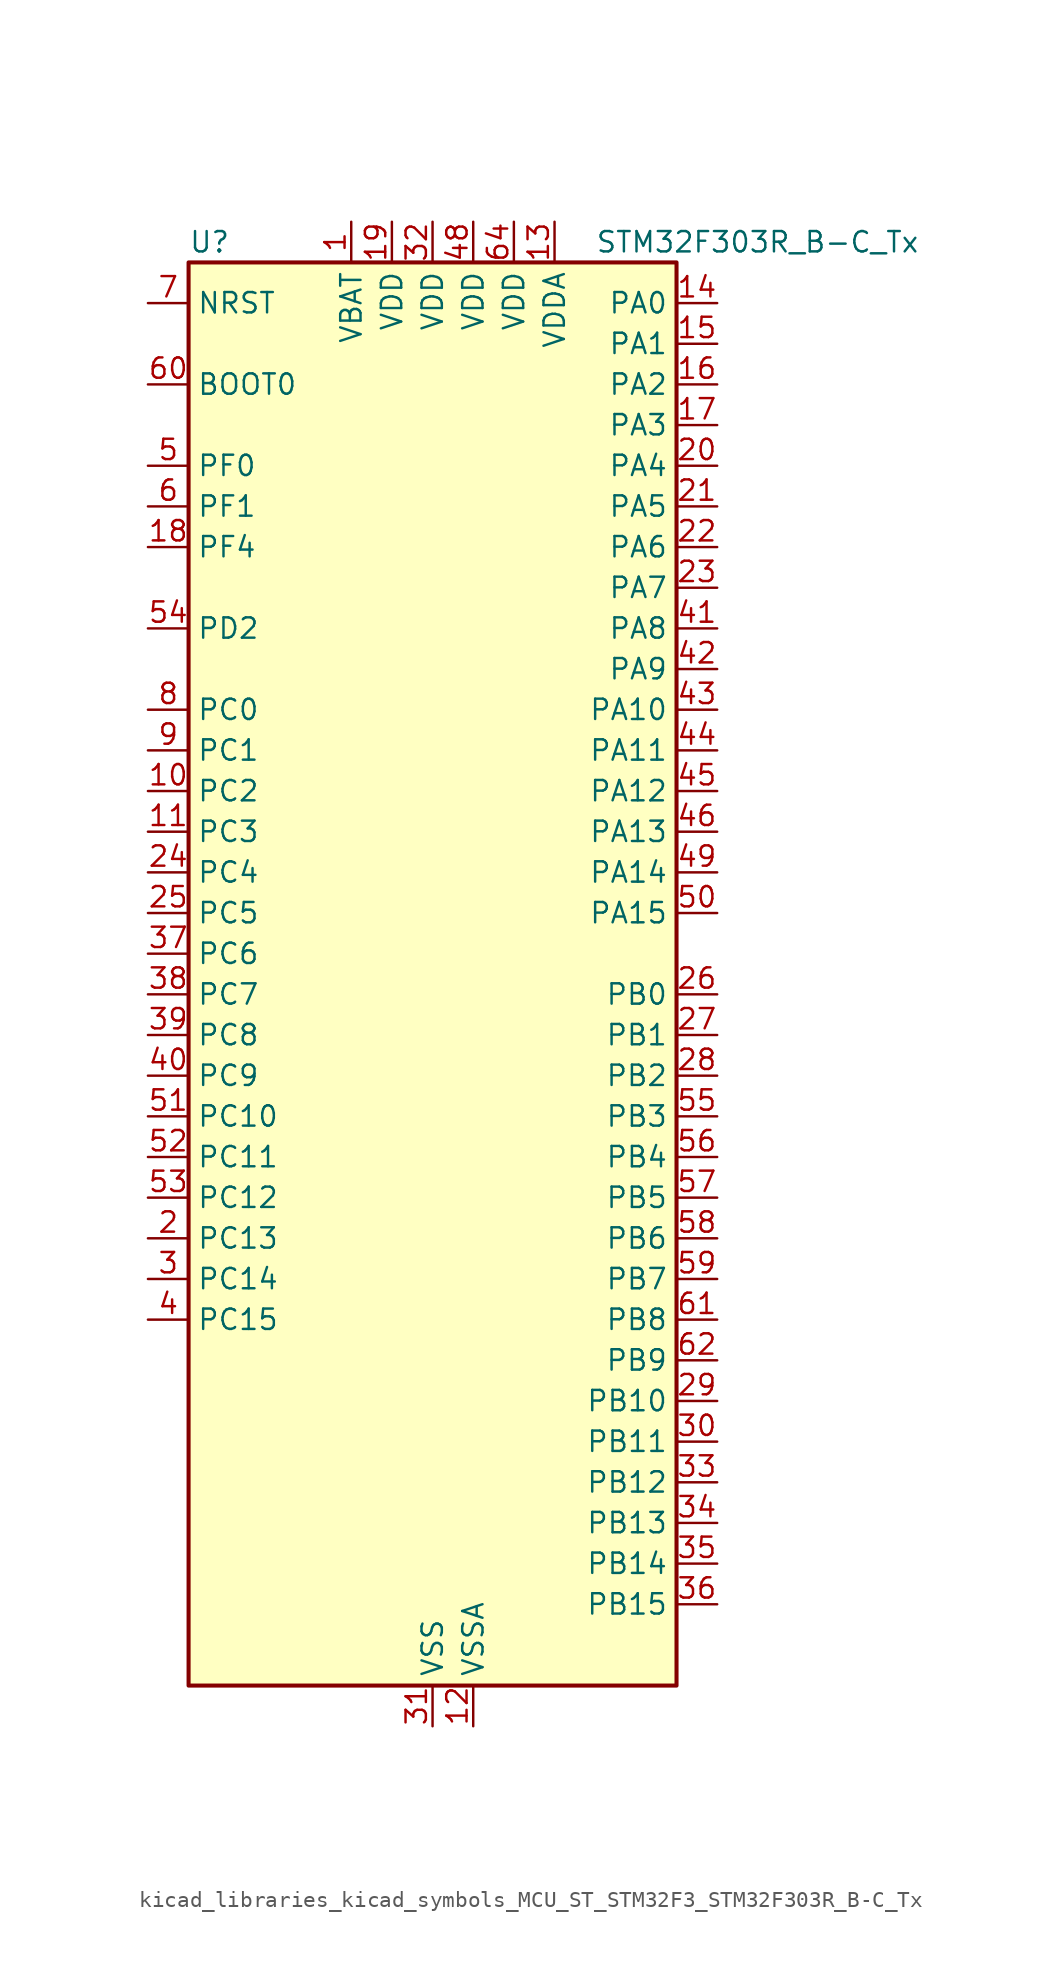
<source format=kicad_sym>
(kicad_symbol_lib
  (version 20220914)
  (generator kicad_symbol_editor)
  (symbol "kicad_libraries_kicad_symbols_MCU_ST_STM32F3_STM32F303R_B-C_Tx"
    (property "Reference" "U"
      (at -15.24 46.99 0)
      (effects (font (size 1.27 1.27)) (justify left)))
    (property "Value" "STM32F303R_B-C_Tx"
      (at 10.16 46.99 0)
      (effects (font (size 1.27 1.27)) (justify left)))
    (property "ki_locked" ""
      (at 0 0 0)
      (effects (font (size 1.27 1.27))))
    (symbol "kicad_libraries_kicad_symbols_MCU_ST_STM32F3_STM32F303R_B-C_Tx_0_1"
      (rectangle (start -15.24 -43.18) (end 15.24 45.72) (stroke (width 0.254) (type default)) (fill (type background))))
    (symbol "kicad_libraries_kicad_symbols_MCU_ST_STM32F3_STM32F303R_B-C_Tx_1_1"
      (pin power_in line (at -5.08 48.26 270) (length 2.54) (name "VBAT" (effects (font (size 1.27 1.27)))) (number "1" (effects (font (size 1.27 1.27)))))
      (pin bidirectional line (at -17.78 12.7 0) (length 2.54) (name "PC2" (effects (font (size 1.27 1.27)))) (number "10" (effects (font (size 1.27 1.27)))) (alternate "ADC1_IN8" bidirectional line) (alternate "ADC2_IN8" bidirectional line) (alternate "ADC3_EXTI2" bidirectional line) (alternate "ADC4_EXTI2" bidirectional line) (alternate "COMP7_OUT" bidirectional line))
      (pin bidirectional line (at -17.78 10.16 0) (length 2.54) (name "PC3" (effects (font (size 1.27 1.27)))) (number "11" (effects (font (size 1.27 1.27)))) (alternate "ADC1_IN9" bidirectional line) (alternate "ADC2_IN9" bidirectional line) (alternate "TIM1_BKIN2" bidirectional line))
      (pin power_in line (at 2.54 -45.72 90) (length 2.54) (name "VSSA" (effects (font (size 1.27 1.27)))) (number "12" (effects (font (size 1.27 1.27)))))
      (pin power_in line (at 7.62 48.26 270) (length 2.54) (name "VDDA" (effects (font (size 1.27 1.27)))) (number "13" (effects (font (size 1.27 1.27)))))
      (pin bidirectional line (at 17.78 43.18 180) (length 2.54) (name "PA0" (effects (font (size 1.27 1.27)))) (number "14" (effects (font (size 1.27 1.27)))) (alternate "ADC1_IN1" bidirectional line) (alternate "COMP1_INM" bidirectional line) (alternate "COMP1_OUT" bidirectional line) (alternate "COMP7_INP" bidirectional line) (alternate "RTC_TAMP2" bidirectional line) (alternate "SYS_WKUP1" bidirectional line) (alternate "TIM2_CH1" bidirectional line) (alternate "TIM2_ETR" bidirectional line) (alternate "TIM8_BKIN" bidirectional line) (alternate "TIM8_ETR" bidirectional line) (alternate "TSC_G1_IO1" bidirectional line) (alternate "USART2_CTS" bidirectional line))
      (pin bidirectional line (at 17.78 40.64 180) (length 2.54) (name "PA1" (effects (font (size 1.27 1.27)))) (number "15" (effects (font (size 1.27 1.27)))) (alternate "ADC1_IN2" bidirectional line) (alternate "COMP1_INP" bidirectional line) (alternate "OPAMP1_VINP" bidirectional line) (alternate "OPAMP1_VINP_SEC" bidirectional line) (alternate "OPAMP3_VINP" bidirectional line) (alternate "OPAMP3_VINP_SEC" bidirectional line) (alternate "RTC_REFIN" bidirectional line) (alternate "TIM15_CH1N" bidirectional line) (alternate "TIM2_CH2" bidirectional line) (alternate "TSC_G1_IO2" bidirectional line) (alternate "USART2_DE" bidirectional line) (alternate "USART2_RTS" bidirectional line))
      (pin bidirectional line (at 17.78 38.1 180) (length 2.54) (name "PA2" (effects (font (size 1.27 1.27)))) (number "16" (effects (font (size 1.27 1.27)))) (alternate "ADC1_IN3" bidirectional line) (alternate "ADC3_EXTI2" bidirectional line) (alternate "ADC4_EXTI2" bidirectional line) (alternate "COMP2_INM" bidirectional line) (alternate "COMP2_OUT" bidirectional line) (alternate "OPAMP1_VOUT" bidirectional line) (alternate "TIM15_CH1" bidirectional line) (alternate "TIM2_CH3" bidirectional line) (alternate "TSC_G1_IO3" bidirectional line) (alternate "USART2_TX" bidirectional line))
      (pin bidirectional line (at 17.78 35.56 180) (length 2.54) (name "PA3" (effects (font (size 1.27 1.27)))) (number "17" (effects (font (size 1.27 1.27)))) (alternate "ADC1_IN4" bidirectional line) (alternate "COMP2_INP" bidirectional line) (alternate "OPAMP1_VINM" bidirectional line) (alternate "OPAMP1_VINM_SEC" bidirectional line) (alternate "OPAMP1_VINP" bidirectional line) (alternate "OPAMP1_VINP_SEC" bidirectional line) (alternate "TIM15_CH2" bidirectional line) (alternate "TIM2_CH4" bidirectional line) (alternate "TSC_G1_IO4" bidirectional line) (alternate "USART2_RX" bidirectional line))
      (pin bidirectional line (at -17.78 27.94 0) (length 2.54) (name "PF4" (effects (font (size 1.27 1.27)))) (number "18" (effects (font (size 1.27 1.27)))) (alternate "ADC1_IN5" bidirectional line) (alternate "COMP1_OUT" bidirectional line))
      (pin power_in line (at -2.54 48.26 270) (length 2.54) (name "VDD" (effects (font (size 1.27 1.27)))) (number "19" (effects (font (size 1.27 1.27)))))
      (pin bidirectional line (at -17.78 -15.24 0) (length 2.54) (name "PC13" (effects (font (size 1.27 1.27)))) (number "2" (effects (font (size 1.27 1.27)))) (alternate "RTC_OUT_ALARM" bidirectional line) (alternate "RTC_OUT_CALIB" bidirectional line) (alternate "RTC_TAMP1" bidirectional line) (alternate "RTC_TS" bidirectional line) (alternate "SYS_WKUP2" bidirectional line) (alternate "TIM1_CH1N" bidirectional line))
      (pin bidirectional line (at 17.78 33.02 180) (length 2.54) (name "PA4" (effects (font (size 1.27 1.27)))) (number "20" (effects (font (size 1.27 1.27)))) (alternate "ADC2_IN1" bidirectional line) (alternate "COMP1_INM" bidirectional line) (alternate "COMP2_INM" bidirectional line) (alternate "COMP3_INM" bidirectional line) (alternate "COMP4_INM" bidirectional line) (alternate "COMP5_INM" bidirectional line) (alternate "COMP6_INM" bidirectional line) (alternate "COMP7_INM" bidirectional line) (alternate "DAC_OUT1" bidirectional line) (alternate "I2S3_WS" bidirectional line) (alternate "OPAMP4_VINP" bidirectional line) (alternate "OPAMP4_VINP_SEC" bidirectional line) (alternate "SPI1_NSS" bidirectional line) (alternate "SPI3_NSS" bidirectional line) (alternate "TIM3_CH2" bidirectional line) (alternate "TSC_G2_IO1" bidirectional line) (alternate "USART2_CK" bidirectional line))
      (pin bidirectional line (at 17.78 30.48 180) (length 2.54) (name "PA5" (effects (font (size 1.27 1.27)))) (number "21" (effects (font (size 1.27 1.27)))) (alternate "ADC2_IN2" bidirectional line) (alternate "COMP1_INM" bidirectional line) (alternate "COMP2_INM" bidirectional line) (alternate "COMP3_INM" bidirectional line) (alternate "COMP4_INM" bidirectional line) (alternate "COMP5_INM" bidirectional line) (alternate "COMP6_INM" bidirectional line) (alternate "COMP7_INM" bidirectional line) (alternate "DAC_OUT2" bidirectional line) (alternate "OPAMP1_VINP" bidirectional line) (alternate "OPAMP1_VINP_SEC" bidirectional line) (alternate "OPAMP2_VINM" bidirectional line) (alternate "OPAMP2_VINM_SEC" bidirectional line) (alternate "OPAMP3_VINP" bidirectional line) (alternate "OPAMP3_VINP_SEC" bidirectional line) (alternate "SPI1_SCK" bidirectional line) (alternate "TIM2_CH1" bidirectional line) (alternate "TIM2_ETR" bidirectional line) (alternate "TSC_G2_IO2" bidirectional line))
      (pin bidirectional line (at 17.78 27.94 180) (length 2.54) (name "PA6" (effects (font (size 1.27 1.27)))) (number "22" (effects (font (size 1.27 1.27)))) (alternate "ADC2_IN3" bidirectional line) (alternate "COMP1_OUT" bidirectional line) (alternate "OPAMP2_VOUT" bidirectional line) (alternate "SPI1_MISO" bidirectional line) (alternate "TIM16_CH1" bidirectional line) (alternate "TIM1_BKIN" bidirectional line) (alternate "TIM3_CH1" bidirectional line) (alternate "TIM8_BKIN" bidirectional line) (alternate "TSC_G2_IO3" bidirectional line))
      (pin bidirectional line (at 17.78 25.4 180) (length 2.54) (name "PA7" (effects (font (size 1.27 1.27)))) (number "23" (effects (font (size 1.27 1.27)))) (alternate "ADC2_IN4" bidirectional line) (alternate "COMP2_INP" bidirectional line) (alternate "COMP2_OUT" bidirectional line) (alternate "OPAMP1_VINP" bidirectional line) (alternate "OPAMP1_VINP_SEC" bidirectional line) (alternate "OPAMP2_VINP" bidirectional line) (alternate "OPAMP2_VINP_SEC" bidirectional line) (alternate "SPI1_MOSI" bidirectional line) (alternate "TIM17_CH1" bidirectional line) (alternate "TIM1_CH1N" bidirectional line) (alternate "TIM3_CH2" bidirectional line) (alternate "TIM8_CH1N" bidirectional line) (alternate "TSC_G2_IO4" bidirectional line))
      (pin bidirectional line (at -17.78 7.62 0) (length 2.54) (name "PC4" (effects (font (size 1.27 1.27)))) (number "24" (effects (font (size 1.27 1.27)))) (alternate "ADC2_IN5" bidirectional line) (alternate "USART1_TX" bidirectional line))
      (pin bidirectional line (at -17.78 5.08 0) (length 2.54) (name "PC5" (effects (font (size 1.27 1.27)))) (number "25" (effects (font (size 1.27 1.27)))) (alternate "ADC2_IN11" bidirectional line) (alternate "OPAMP1_VINM" bidirectional line) (alternate "OPAMP1_VINM_SEC" bidirectional line) (alternate "OPAMP2_VINM" bidirectional line) (alternate "OPAMP2_VINM_SEC" bidirectional line) (alternate "TSC_G3_IO1" bidirectional line) (alternate "USART1_RX" bidirectional line))
      (pin bidirectional line (at 17.78 0 180) (length 2.54) (name "PB0" (effects (font (size 1.27 1.27)))) (number "26" (effects (font (size 1.27 1.27)))) (alternate "ADC3_IN12" bidirectional line) (alternate "COMP4_INP" bidirectional line) (alternate "OPAMP2_VINP" bidirectional line) (alternate "OPAMP2_VINP_SEC" bidirectional line) (alternate "OPAMP3_VINP" bidirectional line) (alternate "OPAMP3_VINP_SEC" bidirectional line) (alternate "TIM1_CH2N" bidirectional line) (alternate "TIM3_CH3" bidirectional line) (alternate "TIM8_CH2N" bidirectional line) (alternate "TSC_G3_IO2" bidirectional line))
      (pin bidirectional line (at 17.78 -2.54 180) (length 2.54) (name "PB1" (effects (font (size 1.27 1.27)))) (number "27" (effects (font (size 1.27 1.27)))) (alternate "ADC3_IN1" bidirectional line) (alternate "COMP4_OUT" bidirectional line) (alternate "OPAMP3_VOUT" bidirectional line) (alternate "TIM1_CH3N" bidirectional line) (alternate "TIM3_CH4" bidirectional line) (alternate "TIM8_CH3N" bidirectional line) (alternate "TSC_G3_IO3" bidirectional line))
      (pin bidirectional line (at 17.78 -5.08 180) (length 2.54) (name "PB2" (effects (font (size 1.27 1.27)))) (number "28" (effects (font (size 1.27 1.27)))) (alternate "ADC2_IN12" bidirectional line) (alternate "ADC3_EXTI2" bidirectional line) (alternate "ADC4_EXTI2" bidirectional line) (alternate "COMP4_INM" bidirectional line) (alternate "OPAMP3_VINM" bidirectional line) (alternate "OPAMP3_VINM_SEC" bidirectional line) (alternate "TSC_G3_IO4" bidirectional line))
      (pin bidirectional line (at 17.78 -25.4 180) (length 2.54) (name "PB10" (effects (font (size 1.27 1.27)))) (number "29" (effects (font (size 1.27 1.27)))) (alternate "COMP5_INM" bidirectional line) (alternate "OPAMP3_VINM" bidirectional line) (alternate "OPAMP3_VINM_SEC" bidirectional line) (alternate "OPAMP4_VINM" bidirectional line) (alternate "OPAMP4_VINM_SEC" bidirectional line) (alternate "TIM2_CH3" bidirectional line) (alternate "TSC_SYNC" bidirectional line) (alternate "USART3_TX" bidirectional line))
      (pin bidirectional line (at -17.78 -17.78 0) (length 2.54) (name "PC14" (effects (font (size 1.27 1.27)))) (number "3" (effects (font (size 1.27 1.27)))) (alternate "RCC_OSC32_IN" bidirectional line))
      (pin bidirectional line (at 17.78 -27.94 180) (length 2.54) (name "PB11" (effects (font (size 1.27 1.27)))) (number "30" (effects (font (size 1.27 1.27)))) (alternate "ADC1_EXTI11" bidirectional line) (alternate "ADC2_EXTI11" bidirectional line) (alternate "COMP6_INP" bidirectional line) (alternate "OPAMP4_VINP" bidirectional line) (alternate "OPAMP4_VINP_SEC" bidirectional line) (alternate "TIM2_CH4" bidirectional line) (alternate "TSC_G6_IO1" bidirectional line) (alternate "USART3_RX" bidirectional line))
      (pin power_in line (at 0 -45.72 90) (length 2.54) (name "VSS" (effects (font (size 1.27 1.27)))) (number "31" (effects (font (size 1.27 1.27)))))
      (pin power_in line (at 0 48.26 270) (length 2.54) (name "VDD" (effects (font (size 1.27 1.27)))) (number "32" (effects (font (size 1.27 1.27)))))
      (pin bidirectional line (at 17.78 -30.48 180) (length 2.54) (name "PB12" (effects (font (size 1.27 1.27)))) (number "33" (effects (font (size 1.27 1.27)))) (alternate "ADC4_IN3" bidirectional line) (alternate "COMP3_INM" bidirectional line) (alternate "I2C2_SMBA" bidirectional line) (alternate "I2S2_WS" bidirectional line) (alternate "OPAMP4_VOUT" bidirectional line) (alternate "SPI2_NSS" bidirectional line) (alternate "TIM1_BKIN" bidirectional line) (alternate "TSC_G6_IO2" bidirectional line) (alternate "USART3_CK" bidirectional line))
      (pin bidirectional line (at 17.78 -33.02 180) (length 2.54) (name "PB13" (effects (font (size 1.27 1.27)))) (number "34" (effects (font (size 1.27 1.27)))) (alternate "ADC3_IN5" bidirectional line) (alternate "COMP5_INP" bidirectional line) (alternate "I2S2_CK" bidirectional line) (alternate "OPAMP3_VINP" bidirectional line) (alternate "OPAMP3_VINP_SEC" bidirectional line) (alternate "OPAMP4_VINP" bidirectional line) (alternate "OPAMP4_VINP_SEC" bidirectional line) (alternate "SPI2_SCK" bidirectional line) (alternate "TIM1_CH1N" bidirectional line) (alternate "TSC_G6_IO3" bidirectional line) (alternate "USART3_CTS" bidirectional line))
      (pin bidirectional line (at 17.78 -35.56 180) (length 2.54) (name "PB14" (effects (font (size 1.27 1.27)))) (number "35" (effects (font (size 1.27 1.27)))) (alternate "ADC4_IN4" bidirectional line) (alternate "COMP3_INP" bidirectional line) (alternate "I2S2_ext_SD" bidirectional line) (alternate "OPAMP2_VINP" bidirectional line) (alternate "OPAMP2_VINP_SEC" bidirectional line) (alternate "SPI2_MISO" bidirectional line) (alternate "TIM15_CH1" bidirectional line) (alternate "TIM1_CH2N" bidirectional line) (alternate "TSC_G6_IO4" bidirectional line) (alternate "USART3_DE" bidirectional line) (alternate "USART3_RTS" bidirectional line))
      (pin bidirectional line (at 17.78 -38.1 180) (length 2.54) (name "PB15" (effects (font (size 1.27 1.27)))) (number "36" (effects (font (size 1.27 1.27)))) (alternate "ADC1_EXTI15" bidirectional line) (alternate "ADC2_EXTI15" bidirectional line) (alternate "ADC4_IN5" bidirectional line) (alternate "COMP6_INM" bidirectional line) (alternate "I2S2_SD" bidirectional line) (alternate "RTC_REFIN" bidirectional line) (alternate "SPI2_MOSI" bidirectional line) (alternate "TIM15_CH1N" bidirectional line) (alternate "TIM15_CH2" bidirectional line) (alternate "TIM1_CH3N" bidirectional line))
      (pin bidirectional line (at -17.78 2.54 0) (length 2.54) (name "PC6" (effects (font (size 1.27 1.27)))) (number "37" (effects (font (size 1.27 1.27)))) (alternate "COMP6_OUT" bidirectional line) (alternate "I2S2_MCK" bidirectional line) (alternate "TIM3_CH1" bidirectional line) (alternate "TIM8_CH1" bidirectional line))
      (pin bidirectional line (at -17.78 0 0) (length 2.54) (name "PC7" (effects (font (size 1.27 1.27)))) (number "38" (effects (font (size 1.27 1.27)))) (alternate "COMP5_OUT" bidirectional line) (alternate "I2S3_MCK" bidirectional line) (alternate "TIM3_CH2" bidirectional line) (alternate "TIM8_CH2" bidirectional line))
      (pin bidirectional line (at -17.78 -2.54 0) (length 2.54) (name "PC8" (effects (font (size 1.27 1.27)))) (number "39" (effects (font (size 1.27 1.27)))) (alternate "COMP3_OUT" bidirectional line) (alternate "TIM3_CH3" bidirectional line) (alternate "TIM8_CH3" bidirectional line))
      (pin bidirectional line (at -17.78 -20.32 0) (length 2.54) (name "PC15" (effects (font (size 1.27 1.27)))) (number "4" (effects (font (size 1.27 1.27)))) (alternate "ADC1_EXTI15" bidirectional line) (alternate "ADC2_EXTI15" bidirectional line) (alternate "RCC_OSC32_OUT" bidirectional line))
      (pin bidirectional line (at -17.78 -5.08 0) (length 2.54) (name "PC9" (effects (font (size 1.27 1.27)))) (number "40" (effects (font (size 1.27 1.27)))) (alternate "DAC_EXTI9" bidirectional line) (alternate "I2S_CKIN" bidirectional line) (alternate "TIM3_CH4" bidirectional line) (alternate "TIM8_BKIN2" bidirectional line) (alternate "TIM8_CH4" bidirectional line))
      (pin bidirectional line (at 17.78 22.86 180) (length 2.54) (name "PA8" (effects (font (size 1.27 1.27)))) (number "41" (effects (font (size 1.27 1.27)))) (alternate "COMP3_OUT" bidirectional line) (alternate "I2C2_SMBA" bidirectional line) (alternate "I2S2_MCK" bidirectional line) (alternate "RCC_MCO" bidirectional line) (alternate "TIM1_CH1" bidirectional line) (alternate "TIM4_ETR" bidirectional line) (alternate "USART1_CK" bidirectional line))
      (pin bidirectional line (at 17.78 20.32 180) (length 2.54) (name "PA9" (effects (font (size 1.27 1.27)))) (number "42" (effects (font (size 1.27 1.27)))) (alternate "COMP5_OUT" bidirectional line) (alternate "DAC_EXTI9" bidirectional line) (alternate "I2C2_SCL" bidirectional line) (alternate "I2S3_MCK" bidirectional line) (alternate "TIM15_BKIN" bidirectional line) (alternate "TIM1_CH2" bidirectional line) (alternate "TIM2_CH3" bidirectional line) (alternate "TSC_G4_IO1" bidirectional line) (alternate "USART1_TX" bidirectional line))
      (pin bidirectional line (at 17.78 17.78 180) (length 2.54) (name "PA10" (effects (font (size 1.27 1.27)))) (number "43" (effects (font (size 1.27 1.27)))) (alternate "COMP6_OUT" bidirectional line) (alternate "I2C2_SDA" bidirectional line) (alternate "TIM17_BKIN" bidirectional line) (alternate "TIM1_CH3" bidirectional line) (alternate "TIM2_CH4" bidirectional line) (alternate "TIM8_BKIN" bidirectional line) (alternate "TSC_G4_IO2" bidirectional line) (alternate "USART1_RX" bidirectional line))
      (pin bidirectional line (at 17.78 15.24 180) (length 2.54) (name "PA11" (effects (font (size 1.27 1.27)))) (number "44" (effects (font (size 1.27 1.27)))) (alternate "ADC1_EXTI11" bidirectional line) (alternate "ADC2_EXTI11" bidirectional line) (alternate "CAN_RX" bidirectional line) (alternate "COMP1_OUT" bidirectional line) (alternate "TIM1_BKIN2" bidirectional line) (alternate "TIM1_CH1N" bidirectional line) (alternate "TIM1_CH4" bidirectional line) (alternate "TIM4_CH1" bidirectional line) (alternate "USART1_CTS" bidirectional line) (alternate "USB_DM" bidirectional line))
      (pin bidirectional line (at 17.78 12.7 180) (length 2.54) (name "PA12" (effects (font (size 1.27 1.27)))) (number "45" (effects (font (size 1.27 1.27)))) (alternate "CAN_TX" bidirectional line) (alternate "COMP2_OUT" bidirectional line) (alternate "TIM16_CH1" bidirectional line) (alternate "TIM1_CH2N" bidirectional line) (alternate "TIM1_ETR" bidirectional line) (alternate "TIM4_CH2" bidirectional line) (alternate "USART1_DE" bidirectional line) (alternate "USART1_RTS" bidirectional line) (alternate "USB_DP" bidirectional line))
      (pin bidirectional line (at 17.78 10.16 180) (length 2.54) (name "PA13" (effects (font (size 1.27 1.27)))) (number "46" (effects (font (size 1.27 1.27)))) (alternate "IR_OUT" bidirectional line) (alternate "SYS_JTMS-SWDIO" bidirectional line) (alternate "TIM16_CH1N" bidirectional line) (alternate "TIM4_CH3" bidirectional line) (alternate "TSC_G4_IO3" bidirectional line) (alternate "USART3_CTS" bidirectional line))
      (pin passive line (at 0 -45.72 90) (length 2.54) hide (name "VSS" (effects (font (size 1.27 1.27)))) (number "47" (effects (font (size 1.27 1.27)))))
      (pin power_in line (at 2.54 48.26 270) (length 2.54) (name "VDD" (effects (font (size 1.27 1.27)))) (number "48" (effects (font (size 1.27 1.27)))))
      (pin bidirectional line (at 17.78 7.62 180) (length 2.54) (name "PA14" (effects (font (size 1.27 1.27)))) (number "49" (effects (font (size 1.27 1.27)))) (alternate "I2C1_SDA" bidirectional line) (alternate "SYS_JTCK-SWCLK" bidirectional line) (alternate "TIM1_BKIN" bidirectional line) (alternate "TIM8_CH2" bidirectional line) (alternate "TSC_G4_IO4" bidirectional line) (alternate "USART2_TX" bidirectional line))
      (pin bidirectional line (at -17.78 33.02 0) (length 2.54) (name "PF0" (effects (font (size 1.27 1.27)))) (number "5" (effects (font (size 1.27 1.27)))) (alternate "I2C2_SDA" bidirectional line) (alternate "RCC_OSC_IN" bidirectional line) (alternate "TIM1_CH3N" bidirectional line))
      (pin bidirectional line (at 17.78 5.08 180) (length 2.54) (name "PA15" (effects (font (size 1.27 1.27)))) (number "50" (effects (font (size 1.27 1.27)))) (alternate "ADC1_EXTI15" bidirectional line) (alternate "ADC2_EXTI15" bidirectional line) (alternate "I2C1_SCL" bidirectional line) (alternate "I2S3_WS" bidirectional line) (alternate "SPI1_NSS" bidirectional line) (alternate "SPI3_NSS" bidirectional line) (alternate "SYS_JTDI" bidirectional line) (alternate "TIM1_BKIN" bidirectional line) (alternate "TIM2_CH1" bidirectional line) (alternate "TIM2_ETR" bidirectional line) (alternate "TIM8_CH1" bidirectional line) (alternate "USART2_RX" bidirectional line))
      (pin bidirectional line (at -17.78 -7.62 0) (length 2.54) (name "PC10" (effects (font (size 1.27 1.27)))) (number "51" (effects (font (size 1.27 1.27)))) (alternate "I2S3_CK" bidirectional line) (alternate "SPI3_SCK" bidirectional line) (alternate "TIM8_CH1N" bidirectional line) (alternate "UART4_TX" bidirectional line) (alternate "USART3_TX" bidirectional line))
      (pin bidirectional line (at -17.78 -10.16 0) (length 2.54) (name "PC11" (effects (font (size 1.27 1.27)))) (number "52" (effects (font (size 1.27 1.27)))) (alternate "ADC1_EXTI11" bidirectional line) (alternate "ADC2_EXTI11" bidirectional line) (alternate "I2S3_ext_SD" bidirectional line) (alternate "SPI3_MISO" bidirectional line) (alternate "TIM8_CH2N" bidirectional line) (alternate "UART4_RX" bidirectional line) (alternate "USART3_RX" bidirectional line))
      (pin bidirectional line (at -17.78 -12.7 0) (length 2.54) (name "PC12" (effects (font (size 1.27 1.27)))) (number "53" (effects (font (size 1.27 1.27)))) (alternate "I2S3_SD" bidirectional line) (alternate "SPI3_MOSI" bidirectional line) (alternate "TIM8_CH3N" bidirectional line) (alternate "UART5_TX" bidirectional line) (alternate "USART3_CK" bidirectional line))
      (pin bidirectional line (at -17.78 22.86 0) (length 2.54) (name "PD2" (effects (font (size 1.27 1.27)))) (number "54" (effects (font (size 1.27 1.27)))) (alternate "ADC3_EXTI2" bidirectional line) (alternate "ADC4_EXTI2" bidirectional line) (alternate "TIM3_ETR" bidirectional line) (alternate "TIM8_BKIN" bidirectional line) (alternate "UART5_RX" bidirectional line))
      (pin bidirectional line (at 17.78 -7.62 180) (length 2.54) (name "PB3" (effects (font (size 1.27 1.27)))) (number "55" (effects (font (size 1.27 1.27)))) (alternate "I2S3_CK" bidirectional line) (alternate "SPI1_SCK" bidirectional line) (alternate "SPI3_SCK" bidirectional line) (alternate "SYS_JTDO-TRACESWO" bidirectional line) (alternate "TIM2_CH2" bidirectional line) (alternate "TIM3_ETR" bidirectional line) (alternate "TIM4_ETR" bidirectional line) (alternate "TIM8_CH1N" bidirectional line) (alternate "TSC_G5_IO1" bidirectional line) (alternate "USART2_TX" bidirectional line))
      (pin bidirectional line (at 17.78 -10.16 180) (length 2.54) (name "PB4" (effects (font (size 1.27 1.27)))) (number "56" (effects (font (size 1.27 1.27)))) (alternate "I2S3_ext_SD" bidirectional line) (alternate "SPI1_MISO" bidirectional line) (alternate "SPI3_MISO" bidirectional line) (alternate "SYS_NJTRST" bidirectional line) (alternate "TIM16_CH1" bidirectional line) (alternate "TIM17_BKIN" bidirectional line) (alternate "TIM3_CH1" bidirectional line) (alternate "TIM8_CH2N" bidirectional line) (alternate "TSC_G5_IO2" bidirectional line) (alternate "USART2_RX" bidirectional line))
      (pin bidirectional line (at 17.78 -12.7 180) (length 2.54) (name "PB5" (effects (font (size 1.27 1.27)))) (number "57" (effects (font (size 1.27 1.27)))) (alternate "I2C1_SMBA" bidirectional line) (alternate "I2S3_SD" bidirectional line) (alternate "SPI1_MOSI" bidirectional line) (alternate "SPI3_MOSI" bidirectional line) (alternate "TIM16_BKIN" bidirectional line) (alternate "TIM17_CH1" bidirectional line) (alternate "TIM3_CH2" bidirectional line) (alternate "TIM8_CH3N" bidirectional line) (alternate "USART2_CK" bidirectional line))
      (pin bidirectional line (at 17.78 -15.24 180) (length 2.54) (name "PB6" (effects (font (size 1.27 1.27)))) (number "58" (effects (font (size 1.27 1.27)))) (alternate "I2C1_SCL" bidirectional line) (alternate "TIM16_CH1N" bidirectional line) (alternate "TIM4_CH1" bidirectional line) (alternate "TIM8_BKIN2" bidirectional line) (alternate "TIM8_CH1" bidirectional line) (alternate "TIM8_ETR" bidirectional line) (alternate "TSC_G5_IO3" bidirectional line) (alternate "USART1_TX" bidirectional line))
      (pin bidirectional line (at 17.78 -17.78 180) (length 2.54) (name "PB7" (effects (font (size 1.27 1.27)))) (number "59" (effects (font (size 1.27 1.27)))) (alternate "I2C1_SDA" bidirectional line) (alternate "TIM17_CH1N" bidirectional line) (alternate "TIM3_CH4" bidirectional line) (alternate "TIM4_CH2" bidirectional line) (alternate "TIM8_BKIN" bidirectional line) (alternate "TSC_G5_IO4" bidirectional line) (alternate "USART1_RX" bidirectional line))
      (pin bidirectional line (at -17.78 30.48 0) (length 2.54) (name "PF1" (effects (font (size 1.27 1.27)))) (number "6" (effects (font (size 1.27 1.27)))) (alternate "I2C2_SCL" bidirectional line) (alternate "RCC_OSC_OUT" bidirectional line))
      (pin input line (at -17.78 38.1 0) (length 2.54) (name "BOOT0" (effects (font (size 1.27 1.27)))) (number "60" (effects (font (size 1.27 1.27)))))
      (pin bidirectional line (at 17.78 -20.32 180) (length 2.54) (name "PB8" (effects (font (size 1.27 1.27)))) (number "61" (effects (font (size 1.27 1.27)))) (alternate "CAN_RX" bidirectional line) (alternate "COMP1_OUT" bidirectional line) (alternate "I2C1_SCL" bidirectional line) (alternate "TIM16_CH1" bidirectional line) (alternate "TIM1_BKIN" bidirectional line) (alternate "TIM4_CH3" bidirectional line) (alternate "TIM8_CH2" bidirectional line) (alternate "TSC_SYNC" bidirectional line))
      (pin bidirectional line (at 17.78 -22.86 180) (length 2.54) (name "PB9" (effects (font (size 1.27 1.27)))) (number "62" (effects (font (size 1.27 1.27)))) (alternate "CAN_TX" bidirectional line) (alternate "COMP2_OUT" bidirectional line) (alternate "DAC_EXTI9" bidirectional line) (alternate "I2C1_SDA" bidirectional line) (alternate "IR_OUT" bidirectional line) (alternate "TIM17_CH1" bidirectional line) (alternate "TIM4_CH4" bidirectional line) (alternate "TIM8_CH3" bidirectional line))
      (pin passive line (at 0 -45.72 90) (length 2.54) hide (name "VSS" (effects (font (size 1.27 1.27)))) (number "63" (effects (font (size 1.27 1.27)))))
      (pin power_in line (at 5.08 48.26 270) (length 2.54) (name "VDD" (effects (font (size 1.27 1.27)))) (number "64" (effects (font (size 1.27 1.27)))))
      (pin input line (at -17.78 43.18 0) (length 2.54) (name "NRST" (effects (font (size 1.27 1.27)))) (number "7" (effects (font (size 1.27 1.27)))))
      (pin bidirectional line (at -17.78 17.78 0) (length 2.54) (name "PC0" (effects (font (size 1.27 1.27)))) (number "8" (effects (font (size 1.27 1.27)))) (alternate "ADC1_IN6" bidirectional line) (alternate "ADC2_IN6" bidirectional line) (alternate "COMP7_INM" bidirectional line))
      (pin bidirectional line (at -17.78 15.24 0) (length 2.54) (name "PC1" (effects (font (size 1.27 1.27)))) (number "9" (effects (font (size 1.27 1.27)))) (alternate "ADC1_IN7" bidirectional line) (alternate "ADC2_IN7" bidirectional line) (alternate "COMP7_INP" bidirectional line)))))
</source>
